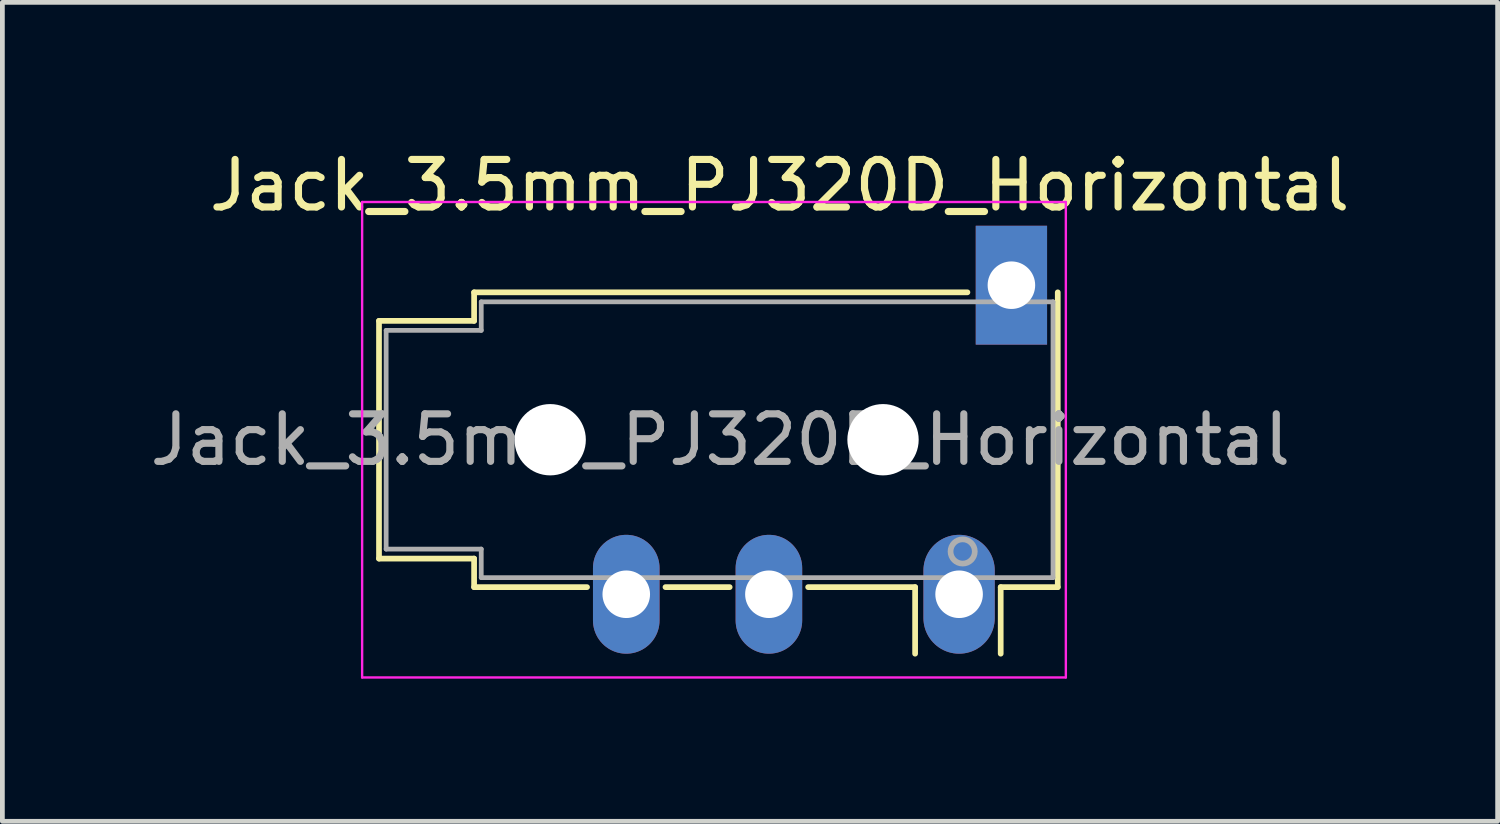
<source format=kicad_pcb>
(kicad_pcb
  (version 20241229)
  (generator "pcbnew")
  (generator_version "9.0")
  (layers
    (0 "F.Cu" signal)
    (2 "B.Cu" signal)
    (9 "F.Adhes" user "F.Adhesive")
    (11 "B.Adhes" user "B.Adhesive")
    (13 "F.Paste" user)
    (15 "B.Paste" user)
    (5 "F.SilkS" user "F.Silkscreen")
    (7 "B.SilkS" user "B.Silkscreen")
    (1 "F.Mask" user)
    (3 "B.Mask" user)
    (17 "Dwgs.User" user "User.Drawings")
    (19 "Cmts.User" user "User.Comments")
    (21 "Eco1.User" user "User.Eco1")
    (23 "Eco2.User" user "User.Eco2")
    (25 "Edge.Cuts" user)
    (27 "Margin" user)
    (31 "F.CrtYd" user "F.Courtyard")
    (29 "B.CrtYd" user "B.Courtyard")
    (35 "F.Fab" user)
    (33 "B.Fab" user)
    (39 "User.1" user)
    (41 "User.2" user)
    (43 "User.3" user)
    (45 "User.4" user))
  (footprint "Jack_3.5mm_PJ320D_Horizontal"
    (layer "F.Cu")
    (at 13.296 6.198)
    (property "Reference" "Jack_3.5mm_PJ320D_Horizontal" (at 0.05 -5.35 0) (layer "F.SilkS") (effects (font (size 1 1) (thickness 0.15))))
    (attr smd)
    (fp_line (start -8.375 2.5) (end -8.375 -2.5) (stroke (width 0.12) (type solid)) (layer "F.SilkS"))
    (fp_line (start -6.375 -2.5) (end -8.375 -2.5) (stroke (width 0.12) (type solid)) (layer "F.SilkS"))
    (fp_line (start -6.375 -2.5) (end -6.375 -3.1) (stroke (width 0.12) (type solid)) (layer "F.SilkS"))
    (fp_line (start -6.375 2.5) (end -8.375 2.5) (stroke (width 0.12) (type solid)) (layer "F.SilkS"))
    (fp_line (start -6.375 3.1) (end -6.375 2.5) (stroke (width 0.12) (type solid)) (layer "F.SilkS"))
    (fp_line (start -6.375 3.1) (end -4 3.1) (stroke (width 0.12) (type solid)) (layer "F.SilkS"))
    (fp_line (start -2.35 3.1) (end -1 3.1) (stroke (width 0.12) (type solid)) (layer "F.SilkS"))
    (fp_line (start 0.65 3.1) (end 2.9 3.1) (stroke (width 0.12) (type solid)) (layer "F.SilkS"))
    (fp_line (start 2.9 3.1) (end 2.9 4.5) (stroke (width 0.12) (type solid)) (layer "F.SilkS"))
    (fp_line (start 4 -3.1) (end -6.375 -3.1) (stroke (width 0.12) (type solid)) (layer "F.SilkS"))
    (fp_line (start 4.7 3.1) (end 4.7 4.5) (stroke (width 0.12) (type solid)) (layer "F.SilkS"))
    (fp_line (start 4.7 3.1) (end 5.9 3.1) (stroke (width 0.12) (type solid)) (layer "F.SilkS"))
    (fp_line (start 5.9 -3.1) (end 5.9 3.1) (stroke (width 0.12) (type solid)) (layer "F.SilkS"))
    (fp_line (start -8.73 -5) (end 6.07 -5) (stroke (width 0.05) (type solid)) (layer "F.CrtYd"))
    (fp_line (start -8.73 5) (end -8.73 -5) (stroke (width 0.05) (type solid)) (layer "F.CrtYd"))
    (fp_line (start -8.73 5) (end 6.07 5) (stroke (width 0.05) (type solid)) (layer "F.CrtYd"))
    (fp_line (start 6.07 5) (end 6.07 -5) (stroke (width 0.05) (type solid)) (layer "F.CrtYd"))
    (fp_line (start -8.225 -2.3) (end -8.225 2.3) (stroke (width 0.1) (type solid)) (layer "F.Fab"))
    (fp_line (start -8.225 2.3) (end -6.225 2.3) (stroke (width 0.1) (type solid)) (layer "F.Fab"))
    (fp_line (start -6.225 -2.9) (end -6.225 -2.3) (stroke (width 0.1) (type solid)) (layer "F.Fab"))
    (fp_line (start -6.225 -2.3) (end -8.225 -2.3) (stroke (width 0.1) (type solid)) (layer "F.Fab"))
    (fp_line (start -6.225 2.3) (end -6.225 2.9) (stroke (width 0.1) (type solid)) (layer "F.Fab"))
    (fp_line (start -6.225 2.9) (end 5.8 2.9) (stroke (width 0.1) (type solid)) (layer "F.Fab"))
    (fp_line (start 5.8 -2.9) (end -6.225 -2.9) (stroke (width 0.1) (type solid)) (layer "F.Fab"))
    (fp_line (start 5.8 2.9) (end 5.8 -2.9) (stroke (width 0.1) (type solid)) (layer "F.Fab"))
    (fp_circle (center 3.9 2.35) (end 3.95 2.1) (stroke (width 0.12) (type solid)) (fill no) (layer "F.Fab"))
    (fp_text user "${REFERENCE}" (at -1.195 0 0) (layer "F.Fab") (effects (font (size 1 1) (thickness 0.15))))
    (pad "" np_thru_hole circle (at -4.775 0) (size 1.5 1.5) (drill 1.5) (layers "*.Cu" "*.Mask"))
    (pad "" np_thru_hole circle (at 2.225 0) (size 1.5 1.5) (drill 1.5) (layers "*.Cu" "*.Mask"))
    (pad "R1" thru_hole oval (at -0.175 3.25) (size 1.4 2.5) (drill 1) (layers "*.Cu" "*.Mask"))
    (pad "R2" thru_hole oval (at -3.175 3.25) (size 1.4 2.5) (drill 1) (layers "*.Cu" "*.Mask"))
    (pad "S" thru_hole rect (at 4.925 -3.25) (size 1.5 2.5) (drill 1) (layers "*.Cu" "*.Mask"))
    (pad "T" thru_hole oval (at 3.825 3.25) (size 1.5 2.5) (drill 1) (layers "*.Cu" "*.Mask")))
  (gr_rect
    (start -3 -3)
    (end 28.447 14.223)
    (stroke (width 0.1) (type default))
    (fill no)
    (layer "Edge.Cuts")))
</source>
